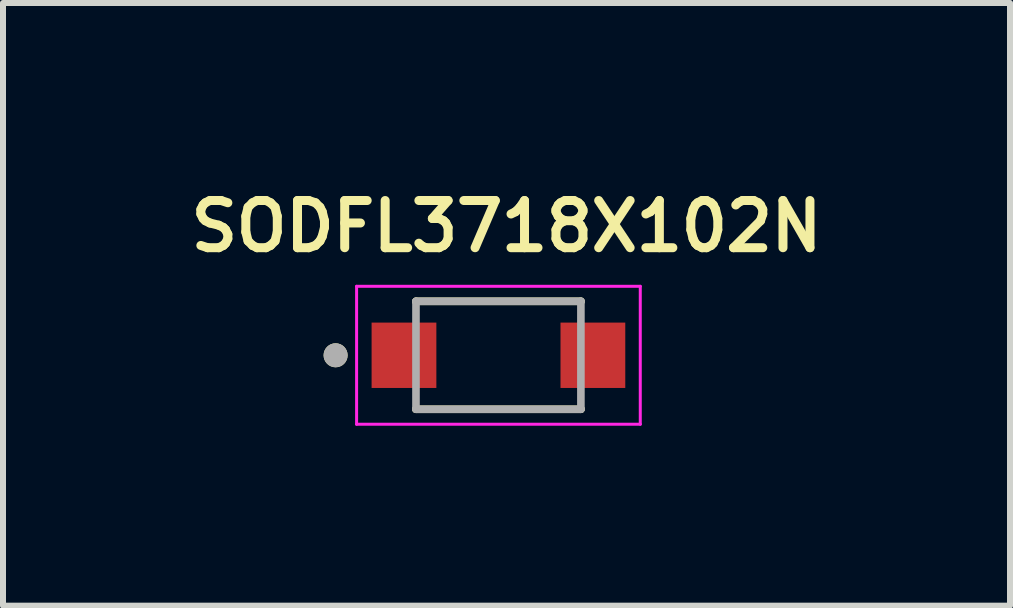
<source format=kicad_pcb>
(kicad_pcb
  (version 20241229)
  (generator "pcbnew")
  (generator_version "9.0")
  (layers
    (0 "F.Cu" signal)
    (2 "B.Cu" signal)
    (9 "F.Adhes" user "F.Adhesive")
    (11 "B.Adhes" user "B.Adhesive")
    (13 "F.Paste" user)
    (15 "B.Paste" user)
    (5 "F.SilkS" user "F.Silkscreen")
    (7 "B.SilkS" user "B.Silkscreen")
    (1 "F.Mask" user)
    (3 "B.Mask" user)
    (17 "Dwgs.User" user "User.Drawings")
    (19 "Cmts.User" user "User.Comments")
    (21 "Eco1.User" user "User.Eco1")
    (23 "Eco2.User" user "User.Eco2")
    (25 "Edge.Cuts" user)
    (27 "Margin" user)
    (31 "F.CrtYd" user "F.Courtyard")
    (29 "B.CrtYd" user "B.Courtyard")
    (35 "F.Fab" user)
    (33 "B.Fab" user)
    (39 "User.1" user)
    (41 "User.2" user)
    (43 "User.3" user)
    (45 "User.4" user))
  (footprint "SODFL3718X102N"
    (layer "F.Cu")
    (at 5.261 2.874)
    (property "Reference" "SODFL3718X102N" (at 0.135 -2.15 0) (layer "F.SilkS") (effects (font (size 0.787 0.787) (thickness 0.15))))
    (attr through_hole)
    (fp_line (start -1.375 -0.9) (end -1.375 -0.895) (stroke (width 0.127) (type solid)) (layer "F.SilkS"))
    (fp_line (start -1.375 0.9) (end -1.375 0.895) (stroke (width 0.127) (type solid)) (layer "F.SilkS"))
    (fp_line (start -1.375 0.9) (end 1.375 0.9) (stroke (width 0.127) (type solid)) (layer "F.SilkS"))
    (fp_line (start 1.375 -0.9) (end -1.375 -0.9) (stroke (width 0.127) (type solid)) (layer "F.SilkS"))
    (fp_line (start 1.375 -0.895) (end 1.375 -0.9) (stroke (width 0.127) (type solid)) (layer "F.SilkS"))
    (fp_line (start 1.375 0.9) (end 1.375 0.895) (stroke (width 0.127) (type solid)) (layer "F.SilkS"))
    (fp_circle (center -2.715 0) (end -2.615 0) (stroke (width 0.2) (type solid)) (fill no) (layer "F.SilkS"))
    (fp_line (start -2.365 -1.15) (end -2.365 1.15) (stroke (width 0.05) (type solid)) (layer "F.CrtYd"))
    (fp_line (start -2.365 1.15) (end 2.365 1.15) (stroke (width 0.05) (type solid)) (layer "F.CrtYd"))
    (fp_line (start 2.365 -1.15) (end -2.365 -1.15) (stroke (width 0.05) (type solid)) (layer "F.CrtYd"))
    (fp_line (start 2.365 1.15) (end 2.365 -1.15) (stroke (width 0.05) (type solid)) (layer "F.CrtYd"))
    (fp_line (start -1.375 -0.9) (end -1.375 0.9) (stroke (width 0.127) (type solid)) (layer "F.Fab"))
    (fp_line (start -1.375 0.9) (end 1.375 0.9) (stroke (width 0.127) (type solid)) (layer "F.Fab"))
    (fp_line (start 1.375 -0.9) (end -1.375 -0.9) (stroke (width 0.127) (type solid)) (layer "F.Fab"))
    (fp_line (start 1.375 0.9) (end 1.375 -0.9) (stroke (width 0.127) (type solid)) (layer "F.Fab"))
    (fp_circle (center -2.715 0) (end -2.615 0) (stroke (width 0.2) (type solid)) (fill no) (layer "F.Fab"))
    (pad "A" smd rect (at 1.575 0) (size 1.08 1.09) (layers "F.Cu" "F.Mask" "F.Paste"))
    (pad "C" smd rect (at -1.575 0) (size 1.08 1.09) (layers "F.Cu" "F.Mask" "F.Paste")))
  (gr_rect
    (start -3 -3)
    (end 13.791 7.049)
    (stroke (width 0.1) (type default))
    (fill no)
    (layer "Edge.Cuts")))
</source>
